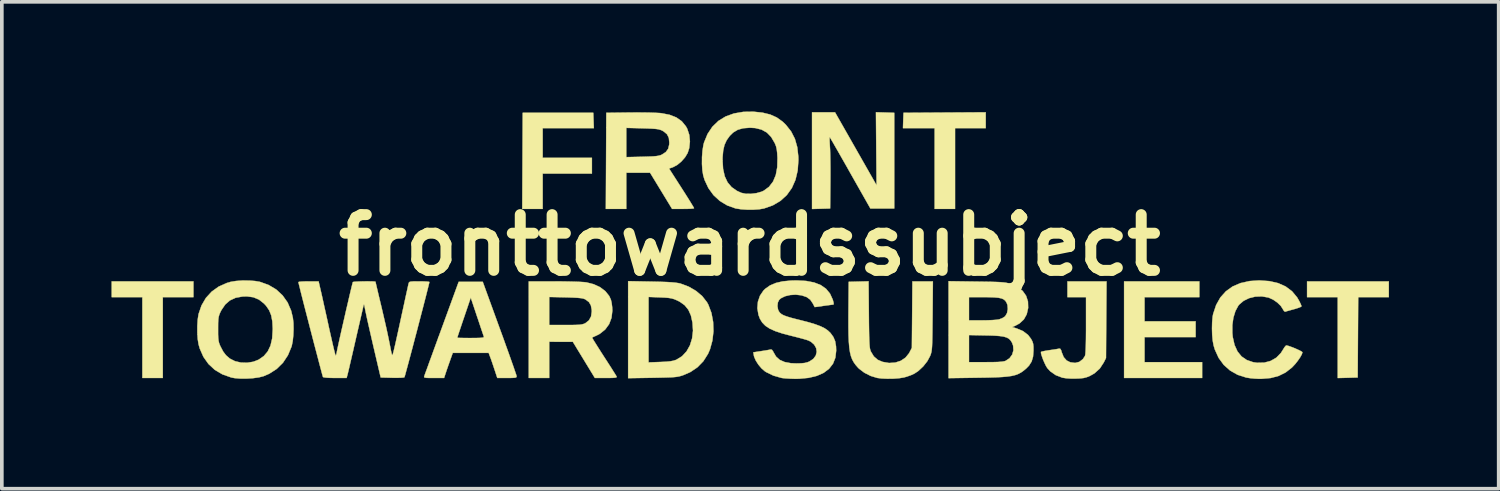
<source format=kicad_pcb>
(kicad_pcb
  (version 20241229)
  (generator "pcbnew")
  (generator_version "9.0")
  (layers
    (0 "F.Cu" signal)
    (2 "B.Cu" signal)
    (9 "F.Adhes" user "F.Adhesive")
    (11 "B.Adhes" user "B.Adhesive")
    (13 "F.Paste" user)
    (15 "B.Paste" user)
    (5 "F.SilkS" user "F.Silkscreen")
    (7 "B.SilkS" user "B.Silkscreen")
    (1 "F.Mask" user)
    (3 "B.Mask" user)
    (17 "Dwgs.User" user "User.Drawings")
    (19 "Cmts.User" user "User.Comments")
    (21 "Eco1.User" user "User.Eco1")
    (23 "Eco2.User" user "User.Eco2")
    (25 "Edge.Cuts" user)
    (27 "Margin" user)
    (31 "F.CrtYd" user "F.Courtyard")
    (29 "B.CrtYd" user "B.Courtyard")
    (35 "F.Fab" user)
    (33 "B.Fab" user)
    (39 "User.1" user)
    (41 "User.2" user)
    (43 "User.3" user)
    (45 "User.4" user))
  (footprint "fronttowardssubject"
    (layer "F.Cu")
    (at 17.455 3.654)
    (property "Reference" "fronttowardssubject" (at 0 0 0) (layer "F.SilkS") (effects (font (size 1.524 1.524) (thickness 0.3))))
    (attr through_hole)
    (fp_poly (pts (xy -15.215 1.422) (xy -16.053 1.422) (xy -16.053 3.632) (xy -16.612 3.632) (xy -16.612 1.422) (xy -17.45 1.422) (xy -17.45 0.991) (xy -15.215 0.991) (xy -15.215 1.422)) (stroke (width 0.01) (type solid)) (fill yes) (layer "F.SilkS"))
    (fp_poly (pts (xy 17.475 1.422) (xy 16.638 1.422) (xy 16.631 2.521) (xy 16.624 3.619) (xy 16.078 3.634) (xy 16.078 1.422) (xy 15.24 1.422) (xy 15.24 0.991) (xy 17.475 0.991) (xy 17.475 1.422)) (stroke (width 0.01) (type solid)) (fill yes) (layer "F.SilkS"))
    (fp_poly (pts (xy 6.452 -3.2) (xy 5.613 -3.2) (xy 5.613 -0.991) (xy 5.055 -0.991) (xy 5.055 -3.2) (xy 4.189 -3.2) (xy 4.196 -3.41) (xy 4.204 -3.619) (xy 5.328 -3.626) (xy 6.452 -3.633) (xy 6.452 -3.2)) (stroke (width 0.01) (type solid)) (fill yes) (layer "F.SilkS"))
    (fp_poly (pts (xy -4.273 -3.41) (xy -4.265 -3.2) (xy -4.965 -3.2) (xy -5.664 -3.2) (xy -5.664 -2.388) (xy -4.318 -2.388) (xy -4.318 -1.956) (xy -5.664 -1.956) (xy -5.664 -0.991) (xy -6.223 -0.991) (xy -6.21 -3.619) (xy -4.28 -3.619) (xy -4.273 -3.41)) (stroke (width 0.01) (type solid)) (fill yes) (layer "F.SilkS"))
    (fp_poly (pts (xy 12.294 1.422) (xy 10.795 1.422) (xy 10.795 2.083) (xy 12.192 2.083) (xy 12.192 2.515) (xy 10.795 2.515) (xy 10.795 3.2) (xy 12.37 3.2) (xy 12.37 3.632) (xy 10.236 3.632) (xy 10.236 0.991) (xy 12.294 0.991) (xy 12.294 1.422)) (stroke (width 0.01) (type solid)) (fill yes) (layer "F.SilkS"))
    (fp_poly (pts (xy 3.7 -3.627) (xy 3.95 -3.619) (xy 3.95 -1.003) (xy 3.298 -1.003) (xy 2.751 -1.968) (xy 2.637 -2.171) (xy 2.529 -2.36) (xy 2.432 -2.531) (xy 2.347 -2.679) (xy 2.278 -2.8) (xy 2.226 -2.888) (xy 2.196 -2.94) (xy 2.188 -2.952) (xy 2.182 -2.936) (xy 2.181 -2.879) (xy 2.185 -2.791) (xy 2.19 -2.7) (xy 2.196 -2.6) (xy 2.2 -2.46) (xy 2.203 -2.289) (xy 2.205 -2.097) (xy 2.205 -1.896) (xy 2.204 -1.716) (xy 2.197 -1.003) (xy 1.949 -0.996) (xy 1.702 -0.989) (xy 1.702 -3.632) (xy 2.016 -3.632) (xy 2.331 -3.632) (xy 3.467 -1.637) (xy 3.458 -2.636) (xy 3.45 -3.634) (xy 3.7 -3.627)) (stroke (width 0.01) (type solid)) (fill yes) (layer "F.SilkS"))
    (fp_poly (pts (xy 9.748 2.038) (xy 9.741 3.086) (xy 9.679 3.21) (xy 9.57 3.376) (xy 9.425 3.506) (xy 9.299 3.577) (xy 9.215 3.611) (xy 9.131 3.633) (xy 9.029 3.644) (xy 8.915 3.649) (xy 8.779 3.649) (xy 8.65 3.64) (xy 8.55 3.625) (xy 8.541 3.622) (xy 8.367 3.555) (xy 8.218 3.451) (xy 8.137 3.363) (xy 8.1 3.304) (xy 8.06 3.221) (xy 8.02 3.129) (xy 7.988 3.039) (xy 7.966 2.967) (xy 7.962 2.923) (xy 7.964 2.92) (xy 7.991 2.91) (xy 8.058 2.895) (xy 8.15 2.879) (xy 8.197 2.872) (xy 8.302 2.857) (xy 8.391 2.843) (xy 8.45 2.832) (xy 8.461 2.829) (xy 8.492 2.836) (xy 8.516 2.879) (xy 8.53 2.929) (xy 8.584 3.063) (xy 8.666 3.155) (xy 8.762 3.203) (xy 8.896 3.221) (xy 9.012 3.192) (xy 9.109 3.117) (xy 9.166 3.031) (xy 9.176 2.987) (xy 9.183 2.897) (xy 9.189 2.759) (xy 9.193 2.572) (xy 9.195 2.336) (xy 9.195 2.199) (xy 9.195 1.422) (xy 8.687 1.422) (xy 8.687 0.991) (xy 9.756 0.991) (xy 9.748 2.038)) (stroke (width 0.01) (type solid)) (fill yes) (layer "F.SilkS"))
    (fp_poly (pts (xy -2.686 0.997) (xy -2.463 1.002) (xy -2.284 1.008) (xy -2.144 1.016) (xy -2.036 1.026) (xy -1.954 1.038) (xy -1.898 1.05) (xy -1.671 1.135) (xy -1.47 1.252) (xy -1.301 1.395) (xy -1.172 1.56) (xy -1.133 1.631) (xy -1.049 1.855) (xy -1.003 2.101) (xy -0.994 2.356) (xy -1.023 2.609) (xy -1.088 2.846) (xy -1.142 2.971) (xy -1.271 3.175) (xy -1.433 3.341) (xy -1.63 3.473) (xy -1.829 3.559) (xy -1.883 3.576) (xy -1.937 3.59) (xy -1.998 3.601) (xy -2.073 3.609) (xy -2.171 3.615) (xy -2.297 3.619) (xy -2.459 3.623) (xy -2.661 3.627) (xy -3.327 3.638) (xy -3.327 3.207) (xy -2.769 3.207) (xy -2.445 3.195) (xy -2.291 3.188) (xy -2.177 3.177) (xy -2.091 3.161) (xy -2.021 3.139) (xy -2.005 3.132) (xy -1.853 3.038) (xy -1.73 2.906) (xy -1.637 2.741) (xy -1.578 2.551) (xy -1.553 2.34) (xy -1.567 2.12) (xy -1.61 1.924) (xy -1.68 1.767) (xy -1.781 1.643) (xy -1.917 1.546) (xy -1.99 1.51) (xy -2.065 1.478) (xy -2.136 1.457) (xy -2.218 1.443) (xy -2.323 1.434) (xy -2.457 1.428) (xy -2.769 1.416) (xy -2.769 3.207) (xy -3.327 3.207) (xy -3.327 0.985) (xy -2.686 0.997)) (stroke (width 0.01) (type solid)) (fill yes) (layer "F.SilkS"))
    (fp_poly (pts (xy -2.9 -3.627) (xy -2.728 -3.624) (xy -2.581 -3.619) (xy -2.467 -3.613) (xy -2.417 -3.608) (xy -2.192 -3.564) (xy -2.007 -3.491) (xy -1.86 -3.387) (xy -1.748 -3.25) (xy -1.711 -3.183) (xy -1.656 -3.017) (xy -1.638 -2.834) (xy -1.658 -2.651) (xy -1.7 -2.52) (xy -1.771 -2.402) (xy -1.87 -2.289) (xy -1.984 -2.194) (xy -2.098 -2.133) (xy -2.108 -2.129) (xy -2.208 -2.095) (xy -1.866 -1.562) (xy -1.772 -1.415) (xy -1.688 -1.282) (xy -1.618 -1.169) (xy -1.565 -1.082) (xy -1.532 -1.027) (xy -1.524 -1.01) (xy -1.548 -1.002) (xy -1.612 -0.996) (xy -1.708 -0.992) (xy -1.825 -0.991) (xy -2.125 -0.991) (xy -2.728 -1.981) (xy -3.378 -1.981) (xy -3.378 -0.991) (xy -3.937 -0.991) (xy -3.93 -2.407) (xy -3.378 -2.407) (xy -2.94 -2.417) (xy -2.774 -2.422) (xy -2.649 -2.427) (xy -2.558 -2.435) (xy -2.491 -2.446) (xy -2.44 -2.46) (xy -2.402 -2.477) (xy -2.296 -2.547) (xy -2.232 -2.635) (xy -2.204 -2.751) (xy -2.201 -2.804) (xy -2.214 -2.934) (xy -2.263 -3.032) (xy -2.354 -3.109) (xy -2.402 -3.136) (xy -2.447 -3.154) (xy -2.501 -3.169) (xy -2.573 -3.179) (xy -2.671 -3.186) (xy -2.804 -3.192) (xy -2.94 -3.196) (xy -3.378 -3.207) (xy -3.378 -2.407) (xy -3.93 -2.407) (xy -3.924 -3.619) (xy -3.277 -3.627) (xy -3.086 -3.628) (xy -2.9 -3.627)) (stroke (width 0.01) (type solid)) (fill yes) (layer "F.SilkS"))
    (fp_poly (pts (xy 3.256 1.898) (xy 3.258 2.141) (xy 3.261 2.338) (xy 3.264 2.495) (xy 3.268 2.618) (xy 3.273 2.712) (xy 3.279 2.783) (xy 3.287 2.835) (xy 3.297 2.874) (xy 3.309 2.906) (xy 3.31 2.908) (xy 3.391 3.042) (xy 3.497 3.135) (xy 3.63 3.192) (xy 3.808 3.223) (xy 3.978 3.212) (xy 4.131 3.162) (xy 4.259 3.075) (xy 4.356 2.955) (xy 4.367 2.934) (xy 4.432 2.808) (xy 4.44 1.899) (xy 4.447 0.991) (xy 5.007 0.991) (xy 4.999 1.937) (xy 4.996 2.182) (xy 4.994 2.381) (xy 4.991 2.541) (xy 4.988 2.667) (xy 4.984 2.764) (xy 4.978 2.839) (xy 4.971 2.896) (xy 4.961 2.942) (xy 4.95 2.981) (xy 4.935 3.02) (xy 4.932 3.029) (xy 4.854 3.174) (xy 4.742 3.316) (xy 4.611 3.439) (xy 4.502 3.512) (xy 4.406 3.556) (xy 4.29 3.597) (xy 4.214 3.618) (xy 4.086 3.639) (xy 3.929 3.651) (xy 3.761 3.653) (xy 3.604 3.646) (xy 3.486 3.631) (xy 3.305 3.576) (xy 3.133 3.489) (xy 2.988 3.379) (xy 2.958 3.349) (xy 2.895 3.277) (xy 2.843 3.204) (xy 2.8 3.125) (xy 2.766 3.035) (xy 2.74 2.928) (xy 2.721 2.799) (xy 2.708 2.643) (xy 2.7 2.455) (xy 2.697 2.229) (xy 2.697 1.961) (xy 2.698 1.791) (xy 2.705 1.003) (xy 3.248 0.989) (xy 3.256 1.898)) (stroke (width 0.01) (type solid)) (fill yes) (layer "F.SilkS"))
    (fp_poly (pts (xy -6.841 2.273) (xy -6.752 2.516) (xy -6.67 2.745) (xy -6.594 2.956) (xy -6.527 3.145) (xy -6.47 3.306) (xy -6.426 3.435) (xy -6.394 3.528) (xy -6.378 3.579) (xy -6.377 3.588) (xy -6.381 3.608) (xy -6.402 3.621) (xy -6.447 3.628) (xy -6.527 3.631) (xy -6.64 3.632) (xy -6.905 3.632) (xy -6.974 3.423) (xy -7.013 3.306) (xy -7.053 3.188) (xy -7.087 3.092) (xy -7.092 3.08) (xy -7.141 2.946) (xy -8.123 2.946) (xy -8.198 3.156) (xy -8.239 3.272) (xy -8.28 3.389) (xy -8.312 3.485) (xy -8.317 3.499) (xy -8.361 3.632) (xy -8.64 3.632) (xy -8.762 3.632) (xy -8.841 3.629) (xy -8.886 3.622) (xy -8.905 3.611) (xy -8.906 3.593) (xy -8.904 3.588) (xy -8.893 3.556) (xy -8.866 3.481) (xy -8.824 3.368) (xy -8.771 3.22) (xy -8.706 3.043) (xy -8.633 2.842) (xy -8.552 2.62) (xy -8.52 2.532) (xy -8.001 2.532) (xy -7.977 2.535) (xy -7.911 2.537) (xy -7.812 2.539) (xy -7.69 2.54) (xy -7.63 2.54) (xy -7.48 2.539) (xy -7.374 2.536) (xy -7.308 2.53) (xy -7.276 2.52) (xy -7.271 2.508) (xy -7.282 2.476) (xy -7.307 2.402) (xy -7.343 2.296) (xy -7.387 2.164) (xy -7.437 2.014) (xy -7.457 1.956) (xy -7.631 1.435) (xy -7.816 1.98) (xy -7.869 2.136) (xy -7.916 2.276) (xy -7.955 2.392) (xy -7.983 2.477) (xy -7.999 2.525) (xy -8.001 2.532) (xy -8.52 2.532) (xy -8.465 2.383) (xy -8.425 2.273) (xy -7.961 1.003) (xy -7.303 1.003) (xy -6.841 2.273)) (stroke (width 0.01) (type solid)) (fill yes) (layer "F.SilkS"))
    (fp_poly (pts (xy -5.34 0.991) (xy -5.146 0.992) (xy -4.96 0.995) (xy -4.791 0.999) (xy -4.647 1.004) (xy -4.536 1.011) (xy -4.47 1.018) (xy -4.269 1.069) (xy -4.093 1.151) (xy -3.95 1.26) (xy -3.845 1.391) (xy -3.799 1.491) (xy -3.778 1.58) (xy -3.764 1.693) (xy -3.759 1.791) (xy -3.782 1.987) (xy -3.848 2.161) (xy -3.956 2.308) (xy -4.101 2.424) (xy -4.191 2.471) (xy -4.259 2.501) (xy -4.304 2.523) (xy -4.313 2.528) (xy -4.302 2.55) (xy -4.267 2.609) (xy -4.211 2.699) (xy -4.139 2.813) (xy -4.054 2.947) (xy -3.986 3.052) (xy -3.892 3.197) (xy -3.807 3.329) (xy -3.736 3.442) (xy -3.681 3.529) (xy -3.648 3.584) (xy -3.639 3.6) (xy -3.646 3.614) (xy -3.682 3.624) (xy -3.755 3.63) (xy -3.87 3.632) (xy -3.932 3.632) (xy -4.237 3.632) (xy -4.538 3.138) (xy -4.839 2.644) (xy -5.163 2.643) (xy -5.486 2.642) (xy -5.486 3.632) (xy -6.045 3.632) (xy -6.045 2.184) (xy -5.486 2.184) (xy -5.041 2.184) (xy -4.876 2.184) (xy -4.752 2.181) (xy -4.662 2.177) (xy -4.597 2.168) (xy -4.548 2.156) (xy -4.507 2.139) (xy -4.498 2.135) (xy -4.4 2.058) (xy -4.341 1.951) (xy -4.321 1.812) (xy -4.324 1.762) (xy -4.347 1.644) (xy -4.399 1.557) (xy -4.49 1.488) (xy -4.508 1.478) (xy -4.55 1.462) (xy -4.612 1.45) (xy -4.701 1.441) (xy -4.825 1.434) (xy -4.991 1.428) (xy -5.036 1.427) (xy -5.486 1.417) (xy -5.486 2.184) (xy -6.045 2.184) (xy -6.045 0.991) (xy -5.34 0.991)) (stroke (width 0.01) (type solid)) (fill yes) (layer "F.SilkS"))
    (fp_poly (pts (xy 0.348 -3.623) (xy 0.557 -3.572) (xy 0.738 -3.491) (xy 0.897 -3.377) (xy 0.988 -3.289) (xy 1.13 -3.109) (xy 1.233 -2.907) (xy 1.298 -2.678) (xy 1.327 -2.418) (xy 1.329 -2.324) (xy 1.309 -2.042) (xy 1.249 -1.787) (xy 1.15 -1.563) (xy 1.013 -1.371) (xy 0.84 -1.213) (xy 0.631 -1.089) (xy 0.39 -1.004) (xy 0.261 -0.981) (xy 0.1 -0.97) (xy -0.072 -0.97) (xy -0.239 -0.981) (xy -0.38 -1.003) (xy -0.39 -1.005) (xy -0.617 -1.086) (xy -0.819 -1.208) (xy -0.993 -1.368) (xy -1.133 -1.562) (xy -1.237 -1.784) (xy -1.273 -1.905) (xy -1.297 -2.048) (xy -1.308 -2.221) (xy -1.307 -2.324) (xy -0.745 -2.324) (xy -0.731 -2.085) (xy -0.686 -1.884) (xy -0.609 -1.719) (xy -0.498 -1.587) (xy -0.351 -1.484) (xy -0.232 -1.43) (xy -0.113 -1.405) (xy 0.031 -1.403) (xy 0.181 -1.422) (xy 0.318 -1.46) (xy 0.381 -1.488) (xy 0.526 -1.595) (xy 0.636 -1.738) (xy 0.711 -1.917) (xy 0.751 -2.134) (xy 0.757 -2.384) (xy 0.749 -2.52) (xy 0.737 -2.621) (xy 0.718 -2.703) (xy 0.688 -2.779) (xy 0.681 -2.794) (xy 0.584 -2.959) (xy 0.466 -3.08) (xy 0.321 -3.16) (xy 0.146 -3.203) (xy 0 -3.211) (xy -0.183 -3.197) (xy -0.331 -3.155) (xy -0.455 -3.08) (xy -0.547 -2.99) (xy -0.633 -2.87) (xy -0.693 -2.739) (xy -0.728 -2.587) (xy -0.744 -2.402) (xy -0.745 -2.324) (xy -1.307 -2.324) (xy -1.307 -2.406) (xy -1.293 -2.586) (xy -1.268 -2.742) (xy -1.251 -2.807) (xy -1.155 -3.04) (xy -1.024 -3.237) (xy -0.859 -3.397) (xy -0.662 -3.518) (xy -0.433 -3.601) (xy -0.175 -3.645) (xy 0.102 -3.649) (xy 0.348 -3.623)) (stroke (width 0.01) (type solid)) (fill yes) (layer "F.SilkS"))
    (fp_poly (pts (xy -13.697 0.969) (xy -13.53 0.981) (xy -13.397 1.004) (xy -13.158 1.09) (xy -12.95 1.214) (xy -12.777 1.375) (xy -12.64 1.568) (xy -12.543 1.793) (xy -12.496 1.989) (xy -12.48 2.13) (xy -12.477 2.295) (xy -12.484 2.465) (xy -12.5 2.623) (xy -12.526 2.751) (xy -12.531 2.771) (xy -12.631 3.011) (xy -12.767 3.216) (xy -12.938 3.385) (xy -13.143 3.517) (xy -13.299 3.584) (xy -13.425 3.616) (xy -13.585 3.638) (xy -13.76 3.649) (xy -13.934 3.649) (xy -14.09 3.636) (xy -14.18 3.619) (xy -14.421 3.534) (xy -14.63 3.411) (xy -14.804 3.25) (xy -14.942 3.055) (xy -15.042 2.828) (xy -15.075 2.712) (xy -15.098 2.568) (xy -15.109 2.395) (xy -15.109 2.299) (xy -14.541 2.299) (xy -14.541 2.437) (xy -14.537 2.537) (xy -14.529 2.611) (xy -14.515 2.672) (xy -14.493 2.732) (xy -14.47 2.781) (xy -14.401 2.911) (xy -14.327 3.009) (xy -14.234 3.091) (xy -14.213 3.106) (xy -14.079 3.174) (xy -13.919 3.211) (xy -13.747 3.216) (xy -13.578 3.189) (xy -13.431 3.132) (xy -13.29 3.033) (xy -13.183 2.906) (xy -13.107 2.747) (xy -13.062 2.552) (xy -13.047 2.318) (xy -13.046 2.286) (xy -13.057 2.085) (xy -13.088 1.92) (xy -13.143 1.783) (xy -13.226 1.661) (xy -13.285 1.597) (xy -13.421 1.49) (xy -13.575 1.425) (xy -13.754 1.401) (xy -13.874 1.405) (xy -14.061 1.439) (xy -14.217 1.511) (xy -14.345 1.622) (xy -14.451 1.777) (xy -14.484 1.843) (xy -14.508 1.902) (xy -14.525 1.961) (xy -14.535 2.032) (xy -14.54 2.126) (xy -14.541 2.257) (xy -14.541 2.299) (xy -15.109 2.299) (xy -15.109 2.211) (xy -15.098 2.036) (xy -15.076 1.89) (xy -15.074 1.882) (xy -14.994 1.649) (xy -14.874 1.444) (xy -14.716 1.271) (xy -14.525 1.134) (xy -14.303 1.035) (xy -14.193 1.003) (xy -14.048 0.98) (xy -13.876 0.968) (xy -13.697 0.969)) (stroke (width 0.01) (type solid)) (fill yes) (layer "F.SilkS"))
    (fp_poly (pts (xy 14.208 0.984) (xy 14.449 1.039) (xy 14.656 1.132) (xy 14.829 1.262) (xy 14.968 1.429) (xy 15.026 1.53) (xy 15.061 1.601) (xy 15.083 1.655) (xy 15.088 1.673) (xy 15.065 1.69) (xy 15.004 1.714) (xy 14.917 1.742) (xy 14.88 1.752) (xy 14.782 1.779) (xy 14.7 1.802) (xy 14.65 1.817) (xy 14.643 1.82) (xy 14.614 1.807) (xy 14.583 1.761) (xy 14.58 1.753) (xy 14.521 1.661) (xy 14.427 1.57) (xy 14.313 1.491) (xy 14.193 1.436) (xy 14.177 1.431) (xy 14.001 1.401) (xy 13.822 1.408) (xy 13.653 1.45) (xy 13.504 1.523) (xy 13.385 1.624) (xy 13.359 1.656) (xy 13.28 1.803) (xy 13.224 1.985) (xy 13.196 2.188) (xy 13.196 2.403) (xy 13.207 2.512) (xy 13.256 2.729) (xy 13.336 2.906) (xy 13.447 3.043) (xy 13.589 3.141) (xy 13.763 3.201) (xy 13.873 3.217) (xy 14.069 3.213) (xy 14.247 3.165) (xy 14.401 3.076) (xy 14.525 2.948) (xy 14.581 2.859) (xy 14.622 2.793) (xy 14.657 2.751) (xy 14.673 2.743) (xy 14.719 2.752) (xy 14.792 2.777) (xy 14.879 2.81) (xy 14.967 2.848) (xy 15.044 2.884) (xy 15.097 2.914) (xy 15.113 2.93) (xy 15.096 2.986) (xy 15.052 3.066) (xy 14.987 3.16) (xy 14.912 3.255) (xy 14.832 3.34) (xy 14.824 3.348) (xy 14.652 3.482) (xy 14.46 3.577) (xy 14.243 3.634) (xy 13.994 3.655) (xy 13.937 3.656) (xy 13.813 3.65) (xy 13.684 3.638) (xy 13.578 3.621) (xy 13.574 3.62) (xy 13.34 3.545) (xy 13.135 3.429) (xy 12.962 3.275) (xy 12.822 3.084) (xy 12.719 2.858) (xy 12.684 2.743) (xy 12.66 2.614) (xy 12.645 2.454) (xy 12.64 2.279) (xy 12.644 2.109) (xy 12.657 1.959) (xy 12.672 1.88) (xy 12.753 1.637) (xy 12.869 1.431) (xy 13.02 1.262) (xy 13.204 1.13) (xy 13.422 1.037) (xy 13.672 0.982) (xy 13.932 0.965) (xy 14.208 0.984)) (stroke (width 0.01) (type solid)) (fill yes) (layer "F.SilkS"))
    (fp_poly (pts (xy 6.204 0.997) (xy 6.425 1) (xy 6.601 1.003) (xy 6.74 1.007) (xy 6.849 1.012) (xy 6.933 1.019) (xy 7 1.027) (xy 7.057 1.039) (xy 7.109 1.053) (xy 7.15 1.065) (xy 7.326 1.144) (xy 7.462 1.252) (xy 7.556 1.385) (xy 7.607 1.541) (xy 7.612 1.716) (xy 7.612 1.718) (xy 7.573 1.89) (xy 7.494 2.032) (xy 7.374 2.142) (xy 7.264 2.202) (xy 7.176 2.24) (xy 7.299 2.278) (xy 7.472 2.351) (xy 7.61 2.457) (xy 7.691 2.563) (xy 7.727 2.631) (xy 7.748 2.696) (xy 7.757 2.774) (xy 7.758 2.883) (xy 7.746 3.049) (xy 7.707 3.182) (xy 7.636 3.294) (xy 7.558 3.374) (xy 7.487 3.433) (xy 7.418 3.482) (xy 7.345 3.521) (xy 7.262 3.552) (xy 7.164 3.576) (xy 7.045 3.593) (xy 6.898 3.606) (xy 6.718 3.615) (xy 6.498 3.621) (xy 6.242 3.625) (xy 5.436 3.637) (xy 5.436 3.2) (xy 5.994 3.2) (xy 6.452 3.2) (xy 6.642 3.199) (xy 6.787 3.195) (xy 6.892 3.187) (xy 6.962 3.175) (xy 6.992 3.166) (xy 7.102 3.094) (xy 7.176 2.993) (xy 7.21 2.874) (xy 7.201 2.748) (xy 7.171 2.667) (xy 7.133 2.607) (xy 7.088 2.56) (xy 7.026 2.526) (xy 6.943 2.501) (xy 6.83 2.485) (xy 6.681 2.474) (xy 6.489 2.468) (xy 6.458 2.468) (xy 5.994 2.459) (xy 5.994 3.2) (xy 5.436 3.2) (xy 5.436 1.422) (xy 5.994 1.422) (xy 5.994 2.057) (xy 6.351 2.057) (xy 6.492 2.055) (xy 6.624 2.05) (xy 6.734 2.042) (xy 6.809 2.032) (xy 6.819 2.03) (xy 6.902 1.998) (xy 6.972 1.955) (xy 6.986 1.942) (xy 7.035 1.857) (xy 7.056 1.749) (xy 7.047 1.639) (xy 7.024 1.577) (xy 6.991 1.524) (xy 6.947 1.485) (xy 6.886 1.457) (xy 6.8 1.439) (xy 6.682 1.428) (xy 6.525 1.423) (xy 6.402 1.422) (xy 5.994 1.422) (xy 5.436 1.422) (xy 5.436 0.986) (xy 6.204 0.997)) (stroke (width 0.01) (type solid)) (fill yes) (layer "F.SilkS"))
    (fp_poly (pts (xy 1.538 0.979) (xy 1.758 1.021) (xy 1.94 1.092) (xy 2.084 1.193) (xy 2.193 1.325) (xy 2.268 1.489) (xy 2.274 1.509) (xy 2.293 1.583) (xy 2.292 1.619) (xy 2.278 1.626) (xy 2.241 1.63) (xy 2.166 1.64) (xy 2.067 1.653) (xy 2.012 1.661) (xy 1.775 1.694) (xy 1.726 1.599) (xy 1.654 1.492) (xy 1.556 1.42) (xy 1.423 1.375) (xy 1.406 1.371) (xy 1.254 1.354) (xy 1.102 1.364) (xy 0.964 1.397) (xy 0.852 1.452) (xy 0.803 1.495) (xy 0.767 1.568) (xy 0.756 1.664) (xy 0.772 1.761) (xy 0.797 1.815) (xy 0.828 1.854) (xy 0.87 1.889) (xy 0.929 1.92) (xy 1.012 1.951) (xy 1.127 1.986) (xy 1.281 2.026) (xy 1.39 2.053) (xy 1.614 2.111) (xy 1.794 2.166) (xy 1.936 2.219) (xy 2.048 2.274) (xy 2.136 2.335) (xy 2.207 2.403) (xy 2.207 2.403) (xy 2.285 2.511) (xy 2.334 2.627) (xy 2.358 2.768) (xy 2.362 2.886) (xy 2.34 3.077) (xy 2.275 3.242) (xy 2.167 3.381) (xy 2.02 3.492) (xy 1.832 3.575) (xy 1.607 3.629) (xy 1.344 3.654) (xy 1.227 3.655) (xy 1.104 3.651) (xy 0.986 3.644) (xy 0.893 3.635) (xy 0.864 3.63) (xy 0.646 3.568) (xy 0.452 3.474) (xy 0.412 3.449) (xy 0.322 3.371) (xy 0.235 3.268) (xy 0.164 3.156) (xy 0.119 3.052) (xy 0.111 3.019) (xy 0.097 2.931) (xy 0.309 2.899) (xy 0.412 2.883) (xy 0.5 2.868) (xy 0.557 2.857) (xy 0.566 2.854) (xy 0.604 2.86) (xy 0.638 2.907) (xy 0.646 2.925) (xy 0.718 3.048) (xy 0.819 3.138) (xy 0.954 3.197) (xy 1.126 3.229) (xy 1.27 3.235) (xy 1.403 3.232) (xy 1.501 3.222) (xy 1.58 3.202) (xy 1.63 3.182) (xy 1.737 3.111) (xy 1.804 3.021) (xy 1.83 2.919) (xy 1.815 2.816) (xy 1.761 2.72) (xy 1.668 2.64) (xy 1.603 2.607) (xy 1.543 2.587) (xy 1.445 2.559) (xy 1.321 2.526) (xy 1.183 2.491) (xy 1.126 2.477) (xy 0.889 2.415) (xy 0.697 2.351) (xy 0.545 2.283) (xy 0.428 2.206) (xy 0.341 2.118) (xy 0.278 2.015) (xy 0.237 1.907) (xy 0.207 1.725) (xy 0.222 1.548) (xy 0.278 1.384) (xy 0.373 1.243) (xy 0.421 1.195) (xy 0.553 1.102) (xy 0.71 1.035) (xy 0.899 0.991) (xy 1.126 0.969) (xy 1.276 0.965) (xy 1.538 0.979)) (stroke (width 0.01) (type solid)) (fill yes) (layer "F.SilkS"))
    (fp_poly (pts (xy -10.361 0.991) (xy -10.285 0.993) (xy -10.242 0.998) (xy -10.236 1.001) (xy -10.231 1.027) (xy -10.215 1.096) (xy -10.19 1.202) (xy -10.158 1.338) (xy -10.12 1.498) (xy -10.077 1.676) (xy -10.072 1.697) (xy -10.026 1.895) (xy -9.98 2.093) (xy -9.937 2.281) (xy -9.901 2.449) (xy -9.872 2.587) (xy -9.855 2.671) (xy -9.832 2.789) (xy -9.812 2.891) (xy -9.795 2.965) (xy -9.786 2.997) (xy -9.781 3.007) (xy -9.775 3.006) (xy -9.767 2.992) (xy -9.757 2.96) (xy -9.742 2.907) (xy -9.723 2.827) (xy -9.697 2.718) (xy -9.665 2.575) (xy -9.625 2.394) (xy -9.576 2.171) (xy -9.524 1.93) (xy -9.48 1.73) (xy -9.44 1.545) (xy -9.404 1.379) (xy -9.373 1.24) (xy -9.35 1.134) (xy -9.335 1.067) (xy -9.33 1.048) (xy -9.322 1.023) (xy -9.304 1.006) (xy -9.268 0.997) (xy -9.205 0.992) (xy -9.104 0.991) (xy -9.04 0.991) (xy -8.928 0.992) (xy -8.838 0.996) (xy -8.78 1.002) (xy -8.763 1.007) (xy -8.769 1.039) (xy -8.787 1.113) (xy -8.815 1.225) (xy -8.851 1.368) (xy -8.895 1.539) (xy -8.944 1.729) (xy -8.998 1.935) (xy -9.054 2.151) (xy -9.111 2.371) (xy -9.169 2.589) (xy -9.224 2.8) (xy -9.277 2.998) (xy -9.325 3.178) (xy -9.367 3.335) (xy -9.402 3.462) (xy -9.427 3.554) (xy -9.443 3.605) (xy -9.446 3.614) (xy -9.478 3.621) (xy -9.55 3.626) (xy -9.651 3.628) (xy -9.772 3.627) (xy -9.78 3.627) (xy -10.094 3.619) (xy -10.29 2.781) (xy -10.338 2.573) (xy -10.384 2.373) (xy -10.426 2.189) (xy -10.463 2.027) (xy -10.491 1.895) (xy -10.511 1.801) (xy -10.518 1.765) (xy -10.535 1.675) (xy -10.546 1.629) (xy -10.555 1.623) (xy -10.564 1.652) (xy -10.57 1.676) (xy -10.654 2.042) (xy -10.728 2.362) (xy -10.791 2.636) (xy -10.844 2.869) (xy -10.889 3.063) (xy -10.926 3.221) (xy -10.954 3.344) (xy -10.976 3.436) (xy -10.991 3.499) (xy -11 3.536) (xy -11.001 3.537) (xy -11.026 3.632) (xy -11.341 3.632) (xy -11.476 3.63) (xy -11.581 3.624) (xy -11.649 3.615) (xy -11.672 3.606) (xy -11.681 3.578) (xy -11.701 3.506) (xy -11.73 3.396) (xy -11.768 3.254) (xy -11.812 3.085) (xy -11.862 2.895) (xy -11.916 2.69) (xy -11.972 2.474) (xy -12.029 2.255) (xy -12.085 2.037) (xy -12.14 1.825) (xy -12.191 1.627) (xy -12.237 1.446) (xy -12.277 1.289) (xy -12.308 1.162) (xy -12.331 1.07) (xy -12.343 1.019) (xy -12.344 1.01) (xy -12.321 1.002) (xy -12.257 0.996) (xy -12.162 0.992) (xy -12.068 0.991) (xy -11.792 0.991) (xy -11.741 1.213) (xy -11.722 1.294) (xy -11.694 1.416) (xy -11.66 1.572) (xy -11.62 1.752) (xy -11.576 1.949) (xy -11.531 2.154) (xy -11.515 2.229) (xy -11.472 2.421) (xy -11.432 2.597) (xy -11.397 2.751) (xy -11.367 2.875) (xy -11.344 2.965) (xy -11.329 3.014) (xy -11.325 3.022) (xy -11.312 3) (xy -11.298 2.944) (xy -11.293 2.915) (xy -11.283 2.865) (xy -11.264 2.775) (xy -11.237 2.652) (xy -11.204 2.502) (xy -11.166 2.333) (xy -11.124 2.15) (xy -11.081 1.962) (xy -11.038 1.773) (xy -10.995 1.591) (xy -10.956 1.422) (xy -10.921 1.274) (xy -10.892 1.152) (xy -10.87 1.064) (xy -10.857 1.016) (xy -10.855 1.01) (xy -10.828 1.003) (xy -10.763 0.998) (xy -10.672 0.994) (xy -10.566 0.991) (xy -10.459 0.99) (xy -10.361 0.991)) (stroke (width 0.01) (type solid)) (fill yes) (layer "F.SilkS")))
  (gr_rect
    (start -3 -3)
    (end 37.935 10.314)
    (stroke (width 0.1) (type default))
    (fill no)
    (layer "Edge.Cuts")))
</source>
